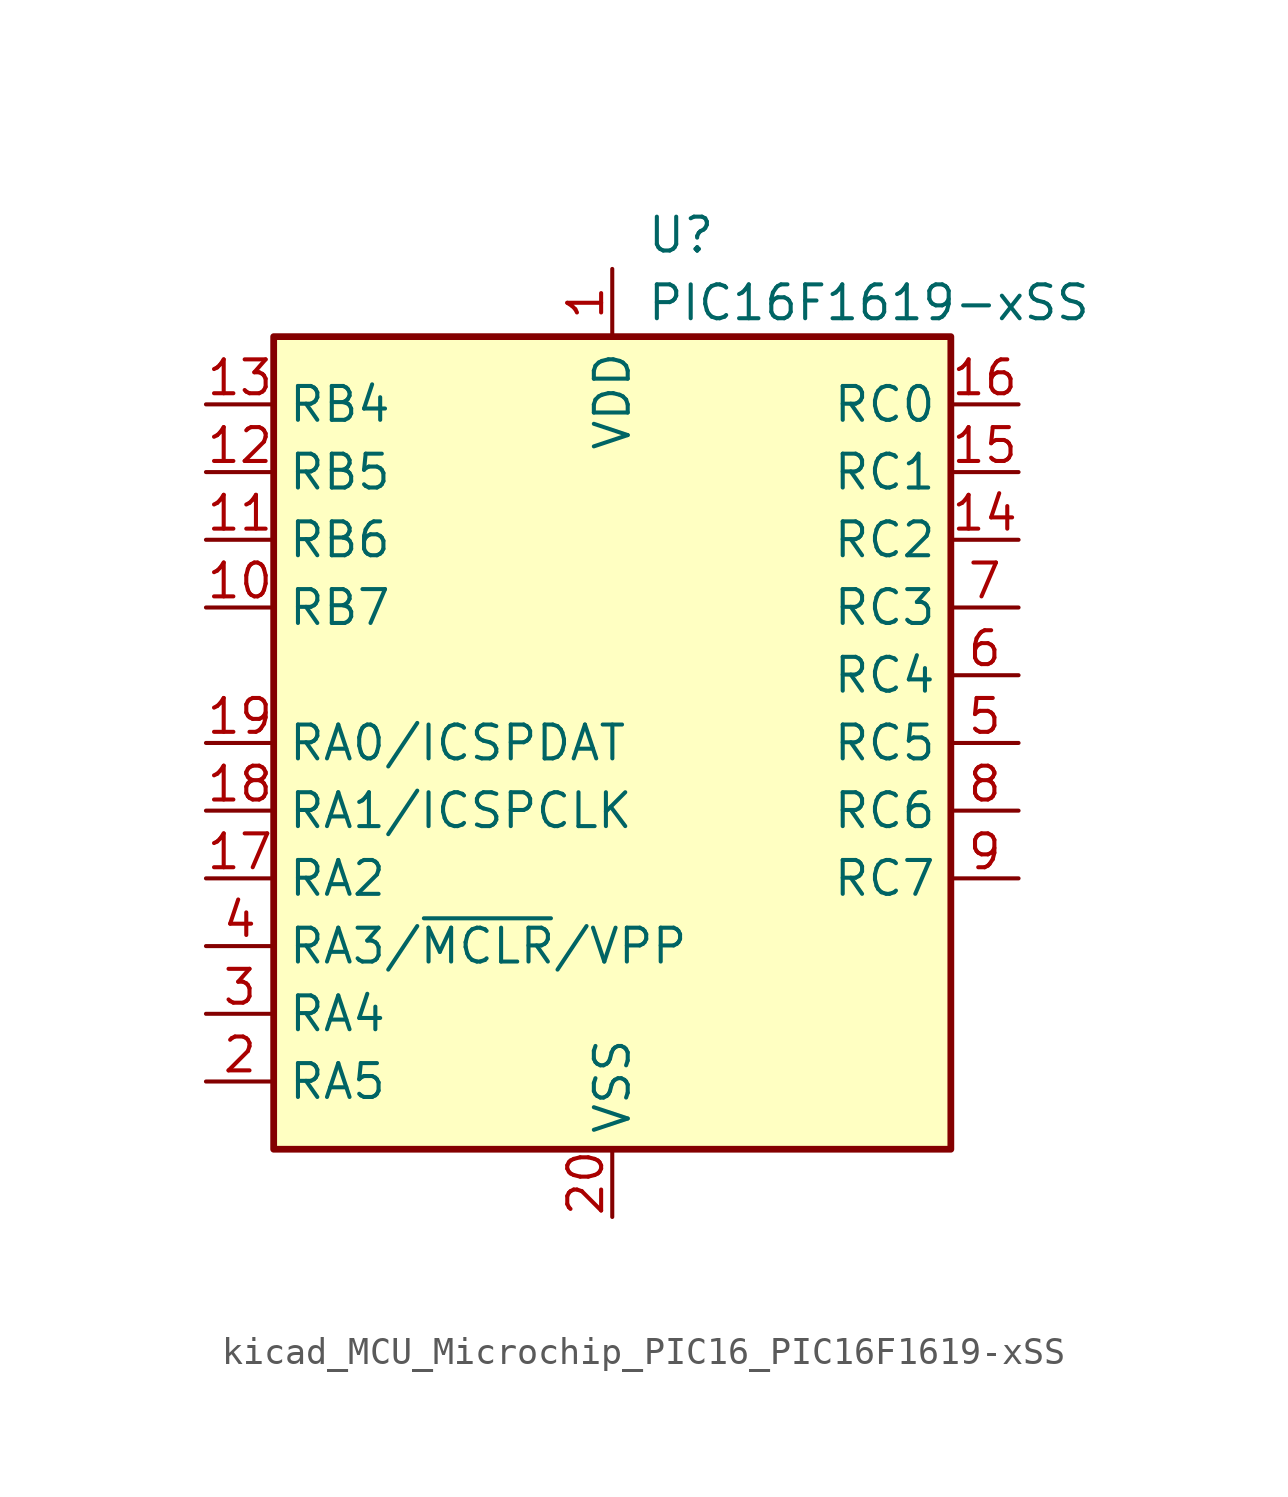
<source format=kicad_sym>
(kicad_symbol_lib
  (version 20220914)
  (generator kicad_symbol_editor)
  (symbol "kicad_MCU_Microchip_PIC16_PIC16F1619-xSS"
    (property "Reference" "U"
      (at 1.27 19.05 0)
      (effects (font (size 1.27 1.27)) (justify left)))
    (property "Value" "PIC16F1619-xSS"
      (at 1.27 16.51 0)
      (effects (font (size 1.27 1.27)) (justify left)))
    (symbol "kicad_MCU_Microchip_PIC16_PIC16F1619-xSS_0_1"
      (rectangle (start -12.7 15.24) (end 12.7 -15.24) (stroke (width 0.254) (type default)) (fill (type background))))
    (symbol "kicad_MCU_Microchip_PIC16_PIC16F1619-xSS_1_1"
      (pin power_in line (at 0 17.78 270) (length 2.54) (name "VDD" (effects (font (size 1.27 1.27)))) (number "1" (effects (font (size 1.27 1.27)))))
      (pin bidirectional line (at -15.24 5.08 0) (length 2.54) (name "RB7" (effects (font (size 1.27 1.27)))) (number "10" (effects (font (size 1.27 1.27)))))
      (pin bidirectional line (at -15.24 7.62 0) (length 2.54) (name "RB6" (effects (font (size 1.27 1.27)))) (number "11" (effects (font (size 1.27 1.27)))))
      (pin bidirectional line (at -15.24 10.16 0) (length 2.54) (name "RB5" (effects (font (size 1.27 1.27)))) (number "12" (effects (font (size 1.27 1.27)))))
      (pin bidirectional line (at -15.24 12.7 0) (length 2.54) (name "RB4" (effects (font (size 1.27 1.27)))) (number "13" (effects (font (size 1.27 1.27)))))
      (pin bidirectional line (at 15.24 7.62 180) (length 2.54) (name "RC2" (effects (font (size 1.27 1.27)))) (number "14" (effects (font (size 1.27 1.27)))))
      (pin bidirectional line (at 15.24 10.16 180) (length 2.54) (name "RC1" (effects (font (size 1.27 1.27)))) (number "15" (effects (font (size 1.27 1.27)))))
      (pin bidirectional line (at 15.24 12.7 180) (length 2.54) (name "RC0" (effects (font (size 1.27 1.27)))) (number "16" (effects (font (size 1.27 1.27)))))
      (pin bidirectional line (at -15.24 -5.08 0) (length 2.54) (name "RA2" (effects (font (size 1.27 1.27)))) (number "17" (effects (font (size 1.27 1.27)))))
      (pin bidirectional line (at -15.24 -2.54 0) (length 2.54) (name "RA1/ICSPCLK" (effects (font (size 1.27 1.27)))) (number "18" (effects (font (size 1.27 1.27)))))
      (pin bidirectional line (at -15.24 0 0) (length 2.54) (name "RA0/ICSPDAT" (effects (font (size 1.27 1.27)))) (number "19" (effects (font (size 1.27 1.27)))))
      (pin bidirectional line (at -15.24 -12.7 0) (length 2.54) (name "RA5" (effects (font (size 1.27 1.27)))) (number "2" (effects (font (size 1.27 1.27)))))
      (pin power_in line (at 0 -17.78 90) (length 2.54) (name "VSS" (effects (font (size 1.27 1.27)))) (number "20" (effects (font (size 1.27 1.27)))))
      (pin bidirectional line (at -15.24 -10.16 0) (length 2.54) (name "RA4" (effects (font (size 1.27 1.27)))) (number "3" (effects (font (size 1.27 1.27)))))
      (pin bidirectional line (at -15.24 -7.62 0) (length 2.54) (name "RA3/~{MCLR}/VPP" (effects (font (size 1.27 1.27)))) (number "4" (effects (font (size 1.27 1.27)))))
      (pin bidirectional line (at 15.24 0 180) (length 2.54) (name "RC5" (effects (font (size 1.27 1.27)))) (number "5" (effects (font (size 1.27 1.27)))))
      (pin bidirectional line (at 15.24 2.54 180) (length 2.54) (name "RC4" (effects (font (size 1.27 1.27)))) (number "6" (effects (font (size 1.27 1.27)))))
      (pin bidirectional line (at 15.24 5.08 180) (length 2.54) (name "RC3" (effects (font (size 1.27 1.27)))) (number "7" (effects (font (size 1.27 1.27)))))
      (pin bidirectional line (at 15.24 -2.54 180) (length 2.54) (name "RC6" (effects (font (size 1.27 1.27)))) (number "8" (effects (font (size 1.27 1.27)))))
      (pin bidirectional line (at 15.24 -5.08 180) (length 2.54) (name "RC7" (effects (font (size 1.27 1.27)))) (number "9" (effects (font (size 1.27 1.27))))))))
</source>
